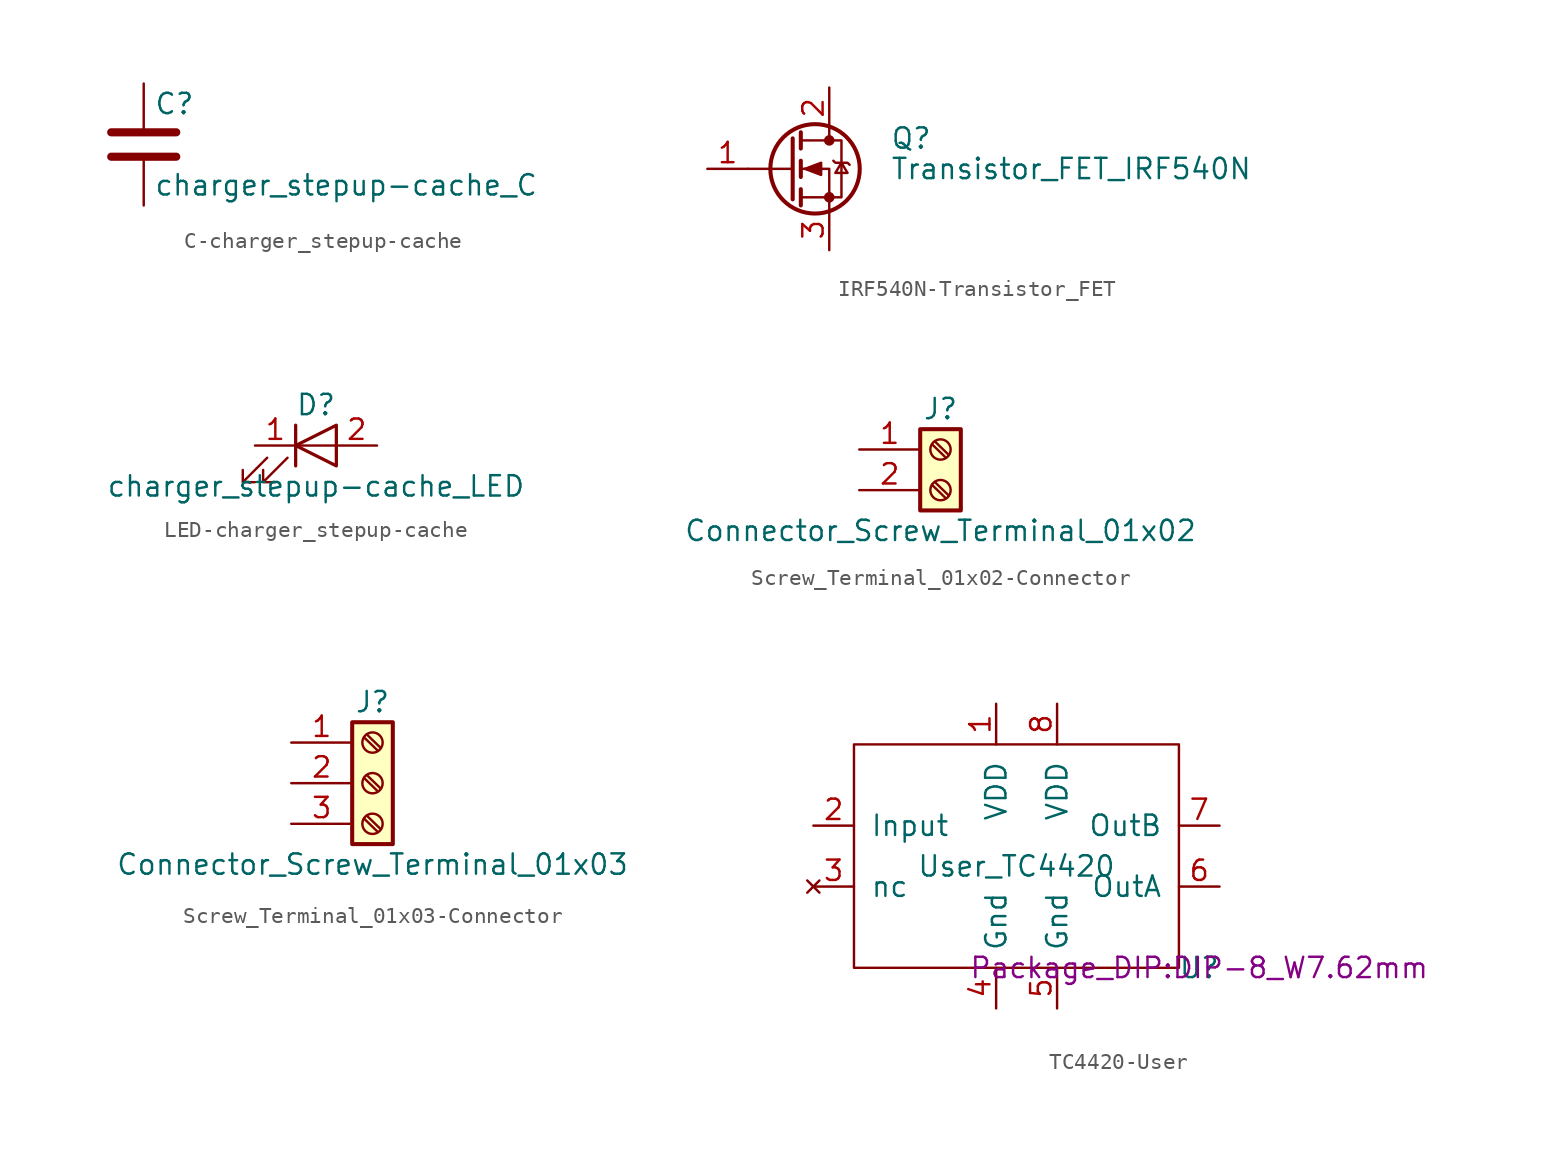
<source format=kicad_sym>
(kicad_symbol_lib
  (version 20231120)
  (generator "kicad_symbol_editor")
  (generator_version "8.0")
  (symbol "C-charger_stepup-cache"
    (pin_numbers hide)
    (pin_names
      (offset 0.254))
    (property "Reference" "C"
      (at 0.635 2.54 0)
      (effects (font (size 1.27 1.27)) (justify left)))
    (property "Value" "charger_stepup-cache_C"
      (at 0.635 -2.54 0)
      (effects (font (size 1.27 1.27)) (justify left)))
    (symbol "C-charger_stepup-cache_0_1"
      (polyline (pts (xy -2.032 -0.762) (xy 2.032 -0.762)) (stroke (width 0.508) (type solid)) (fill (type none)))
      (polyline (pts (xy -2.032 0.762) (xy 2.032 0.762)) (stroke (width 0.508) (type solid)) (fill (type none))))
    (symbol "C-charger_stepup-cache_1_1"
      (pin passive line (at 0 3.81 270) (length 2.794) (name "~" (effects (font (size 1.27 1.27)))) (number "1" (effects (font (size 1.27 1.27)))))
      (pin passive line (at 0 -3.81 90) (length 2.794) (name "~" (effects (font (size 1.27 1.27)))) (number "2" (effects (font (size 1.27 1.27)))))))
  (symbol "IRF540N-Transistor_FET"
    (pin_names hide)
    (property "Reference" "Q"
      (at 6.35 1.905 0)
      (effects (font (size 1.27 1.27)) (justify left)))
    (property "Value" "Transistor_FET_IRF540N"
      (at 6.35 0 0)
      (effects (font (size 1.27 1.27)) (justify left)))
    (symbol "IRF540N-Transistor_FET_0_1"
      (polyline (pts (xy 0.254 0) (xy -2.54 0)) (stroke (width 0) (type solid)) (fill (type none)))
      (polyline (pts (xy 0.254 1.905) (xy 0.254 -1.905)) (stroke (width 0.254) (type solid)) (fill (type none)))
      (polyline (pts (xy 0.762 -1.27) (xy 0.762 -2.286)) (stroke (width 0.254) (type solid)) (fill (type none)))
      (polyline (pts (xy 0.762 0.508) (xy 0.762 -0.508)) (stroke (width 0.254) (type solid)) (fill (type none)))
      (polyline (pts (xy 0.762 2.286) (xy 0.762 1.27)) (stroke (width 0.254) (type solid)) (fill (type none)))
      (polyline (pts (xy 2.54 2.54) (xy 2.54 1.778)) (stroke (width 0) (type solid)) (fill (type none)))
      (polyline (pts (xy 2.54 -2.54) (xy 2.54 0) (xy 0.762 0)) (stroke (width 0) (type solid)) (fill (type none)))
      (polyline (pts (xy 0.762 -1.778) (xy 3.302 -1.778) (xy 3.302 1.778) (xy 0.762 1.778)) (stroke (width 0) (type solid)) (fill (type none)))
      (polyline (pts (xy 1.016 0) (xy 2.032 0.381) (xy 2.032 -0.381) (xy 1.016 0)) (stroke (width 0) (type solid)) (fill (type outline)))
      (polyline (pts (xy 2.794 0.508) (xy 2.921 0.381) (xy 3.683 0.381) (xy 3.81 0.254)) (stroke (width 0) (type solid)) (fill (type none)))
      (polyline (pts (xy 3.302 0.381) (xy 2.921 -0.254) (xy 3.683 -0.254) (xy 3.302 0.381)) (stroke (width 0) (type solid)) (fill (type none)))
      (circle (center 1.651 0) (radius 2.794) (stroke (width 0.254) (type solid)) (fill (type none)))
      (circle (center 2.54 -1.778) (radius 0.254) (stroke (width 0) (type solid)) (fill (type outline)))
      (circle (center 2.54 1.778) (radius 0.254) (stroke (width 0) (type solid)) (fill (type outline))))
    (symbol "IRF540N-Transistor_FET_1_1"
      (pin input line (at -5.08 0 0) (length 2.54) (name "G" (effects (font (size 1.27 1.27)))) (number "1" (effects (font (size 1.27 1.27)))))
      (pin passive line (at 2.54 5.08 270) (length 2.54) (name "D" (effects (font (size 1.27 1.27)))) (number "2" (effects (font (size 1.27 1.27)))))
      (pin passive line (at 2.54 -5.08 90) (length 2.54) (name "S" (effects (font (size 1.27 1.27)))) (number "3" (effects (font (size 1.27 1.27)))))))
  (symbol "LED-charger_stepup-cache"
    (pin_names
      (offset 1.016) hide)
    (property "Reference" "D"
      (at 0 2.54 0)
      (effects (font (size 1.27 1.27))))
    (property "Value" "charger_stepup-cache_LED"
      (at 0 -2.54 0)
      (effects (font (size 1.27 1.27))))
    (symbol "LED-charger_stepup-cache_0_1"
      (polyline (pts (xy -1.27 -1.27) (xy -1.27 1.27)) (stroke (width 0.203) (type solid)) (fill (type none)))
      (polyline (pts (xy -1.27 0) (xy 1.27 0)) (stroke (width 0) (type solid)) (fill (type none)))
      (polyline (pts (xy 1.27 -1.27) (xy 1.27 1.27) (xy -1.27 0) (xy 1.27 -1.27)) (stroke (width 0.203) (type solid)) (fill (type none)))
      (polyline (pts (xy -3.048 -0.762) (xy -4.572 -2.286) (xy -3.81 -2.286) (xy -4.572 -2.286) (xy -4.572 -1.524)) (stroke (width 0) (type solid)) (fill (type none)))
      (polyline (pts (xy -1.778 -0.762) (xy -3.302 -2.286) (xy -2.54 -2.286) (xy -3.302 -2.286) (xy -3.302 -1.524)) (stroke (width 0) (type solid)) (fill (type none))))
    (symbol "LED-charger_stepup-cache_1_1"
      (pin passive line (at -3.81 0 0) (length 2.54) (name "K" (effects (font (size 1.27 1.27)))) (number "1" (effects (font (size 1.27 1.27)))))
      (pin passive line (at 3.81 0 180) (length 2.54) (name "A" (effects (font (size 1.27 1.27)))) (number "2" (effects (font (size 1.27 1.27)))))))
  (symbol "Screw_Terminal_01x02-Connector"
    (pin_names
      (offset 1.016) hide)
    (property "Reference" "J"
      (at 0 2.54 0)
      (effects (font (size 1.27 1.27))))
    (property "Value" "Connector_Screw_Terminal_01x02"
      (at 0 -5.08 0)
      (effects (font (size 1.27 1.27))))
    (symbol "Screw_Terminal_01x02-Connector_1_1"
      (rectangle (start -1.27 1.27) (end 1.27 -3.81) (stroke (width 0.254) (type solid)) (fill (type background)))
      (circle (center 0 -2.54) (radius 0.635) (stroke (width 0.152) (type solid)) (fill (type none)))
      (polyline (pts (xy -0.533 -2.21) (xy 0.33 -3.048)) (stroke (width 0.152) (type solid)) (fill (type none)))
      (polyline (pts (xy -0.533 0.33) (xy 0.33 -0.508)) (stroke (width 0.152) (type solid)) (fill (type none)))
      (polyline (pts (xy -0.356 -2.032) (xy 0.508 -2.87)) (stroke (width 0.152) (type solid)) (fill (type none)))
      (polyline (pts (xy -0.356 0.508) (xy 0.508 -0.33)) (stroke (width 0.152) (type solid)) (fill (type none)))
      (circle (center 0 0) (radius 0.635) (stroke (width 0.152) (type solid)) (fill (type none)))
      (pin passive line (at -5.08 0 0) (length 3.81) (name "Pin_1" (effects (font (size 1.27 1.27)))) (number "1" (effects (font (size 1.27 1.27)))))
      (pin passive line (at -5.08 -2.54 0) (length 3.81) (name "Pin_2" (effects (font (size 1.27 1.27)))) (number "2" (effects (font (size 1.27 1.27)))))))
  (symbol "Screw_Terminal_01x03-Connector"
    (pin_names
      (offset 1.016) hide)
    (property "Reference" "J"
      (at 0 5.08 0)
      (effects (font (size 1.27 1.27))))
    (property "Value" "Connector_Screw_Terminal_01x03"
      (at 0 -5.08 0)
      (effects (font (size 1.27 1.27))))
    (symbol "Screw_Terminal_01x03-Connector_1_1"
      (rectangle (start -1.27 3.81) (end 1.27 -3.81) (stroke (width 0.254) (type solid)) (fill (type background)))
      (circle (center 0 -2.54) (radius 0.635) (stroke (width 0.152) (type solid)) (fill (type none)))
      (polyline (pts (xy -0.533 -2.21) (xy 0.33 -3.048)) (stroke (width 0.152) (type solid)) (fill (type none)))
      (polyline (pts (xy -0.533 0.33) (xy 0.33 -0.508)) (stroke (width 0.152) (type solid)) (fill (type none)))
      (polyline (pts (xy -0.533 2.87) (xy 0.33 2.032)) (stroke (width 0.152) (type solid)) (fill (type none)))
      (polyline (pts (xy -0.356 -2.032) (xy 0.508 -2.87)) (stroke (width 0.152) (type solid)) (fill (type none)))
      (polyline (pts (xy -0.356 0.508) (xy 0.508 -0.33)) (stroke (width 0.152) (type solid)) (fill (type none)))
      (polyline (pts (xy -0.356 3.048) (xy 0.508 2.21)) (stroke (width 0.152) (type solid)) (fill (type none)))
      (circle (center 0 0) (radius 0.635) (stroke (width 0.152) (type solid)) (fill (type none)))
      (circle (center 0 2.54) (radius 0.635) (stroke (width 0.152) (type solid)) (fill (type none)))
      (pin passive line (at -5.08 2.54 0) (length 3.81) (name "Pin_1" (effects (font (size 1.27 1.27)))) (number "1" (effects (font (size 1.27 1.27)))))
      (pin passive line (at -5.08 0 0) (length 3.81) (name "Pin_2" (effects (font (size 1.27 1.27)))) (number "2" (effects (font (size 1.27 1.27)))))
      (pin passive line (at -5.08 -2.54 0) (length 3.81) (name "Pin_3" (effects (font (size 1.27 1.27)))) (number "3" (effects (font (size 1.27 1.27)))))))
  (symbol "TC4420-User"
    (pin_names
      (offset 1.016))
    (property "Reference" "U"
      (at 13.97 -15.24 0)
      (effects (font (size 1.27 1.27))))
    (property "Value" "User_TC4420"
      (at 2.54 -8.89 0)
      (effects (font (size 1.27 1.27))))
    (property "Footprint" "Package_DIP:DIP-8_W7.62mm"
      (at 13.97 -15.24 0)
      (effects (font (size 1.27 1.27))))
    (property "Datasheet" ""
      (at 13.97 -15.24 0)
      (effects (font (size 1.27 1.27))))
    (symbol "TC4420-User_0_1"
      (rectangle (start -7.62 -1.27) (end 12.7 -15.24) (stroke (width 0) (type solid)) (fill (type none))))
    (symbol "TC4420-User_1_1"
      (pin input line (at 1.27 1.27 270) (length 2.54) (name "VDD" (effects (font (size 1.27 1.27)))) (number "1" (effects (font (size 1.27 1.27)))))
      (pin input line (at -10.16 -6.35 0) (length 2.54) (name "Input" (effects (font (size 1.27 1.27)))) (number "2" (effects (font (size 1.27 1.27)))))
      (pin no_connect line (at -10.16 -10.16 0) (length 2.54) (name "nc" (effects (font (size 1.27 1.27)))) (number "3" (effects (font (size 1.27 1.27)))))
      (pin output line (at 1.27 -17.78 90) (length 2.54) (name "Gnd" (effects (font (size 1.27 1.27)))) (number "4" (effects (font (size 1.27 1.27)))))
      (pin output line (at 5.08 -17.78 90) (length 2.54) (name "Gnd" (effects (font (size 1.27 1.27)))) (number "5" (effects (font (size 1.27 1.27)))))
      (pin output line (at 15.24 -10.16 180) (length 2.54) (name "OutA" (effects (font (size 1.27 1.27)))) (number "6" (effects (font (size 1.27 1.27)))))
      (pin output line (at 15.24 -6.35 180) (length 2.54) (name "OutB" (effects (font (size 1.27 1.27)))) (number "7" (effects (font (size 1.27 1.27)))))
      (pin input line (at 5.08 1.27 270) (length 2.54) (name "VDD" (effects (font (size 1.27 1.27)))) (number "8" (effects (font (size 1.27 1.27))))))))
</source>
